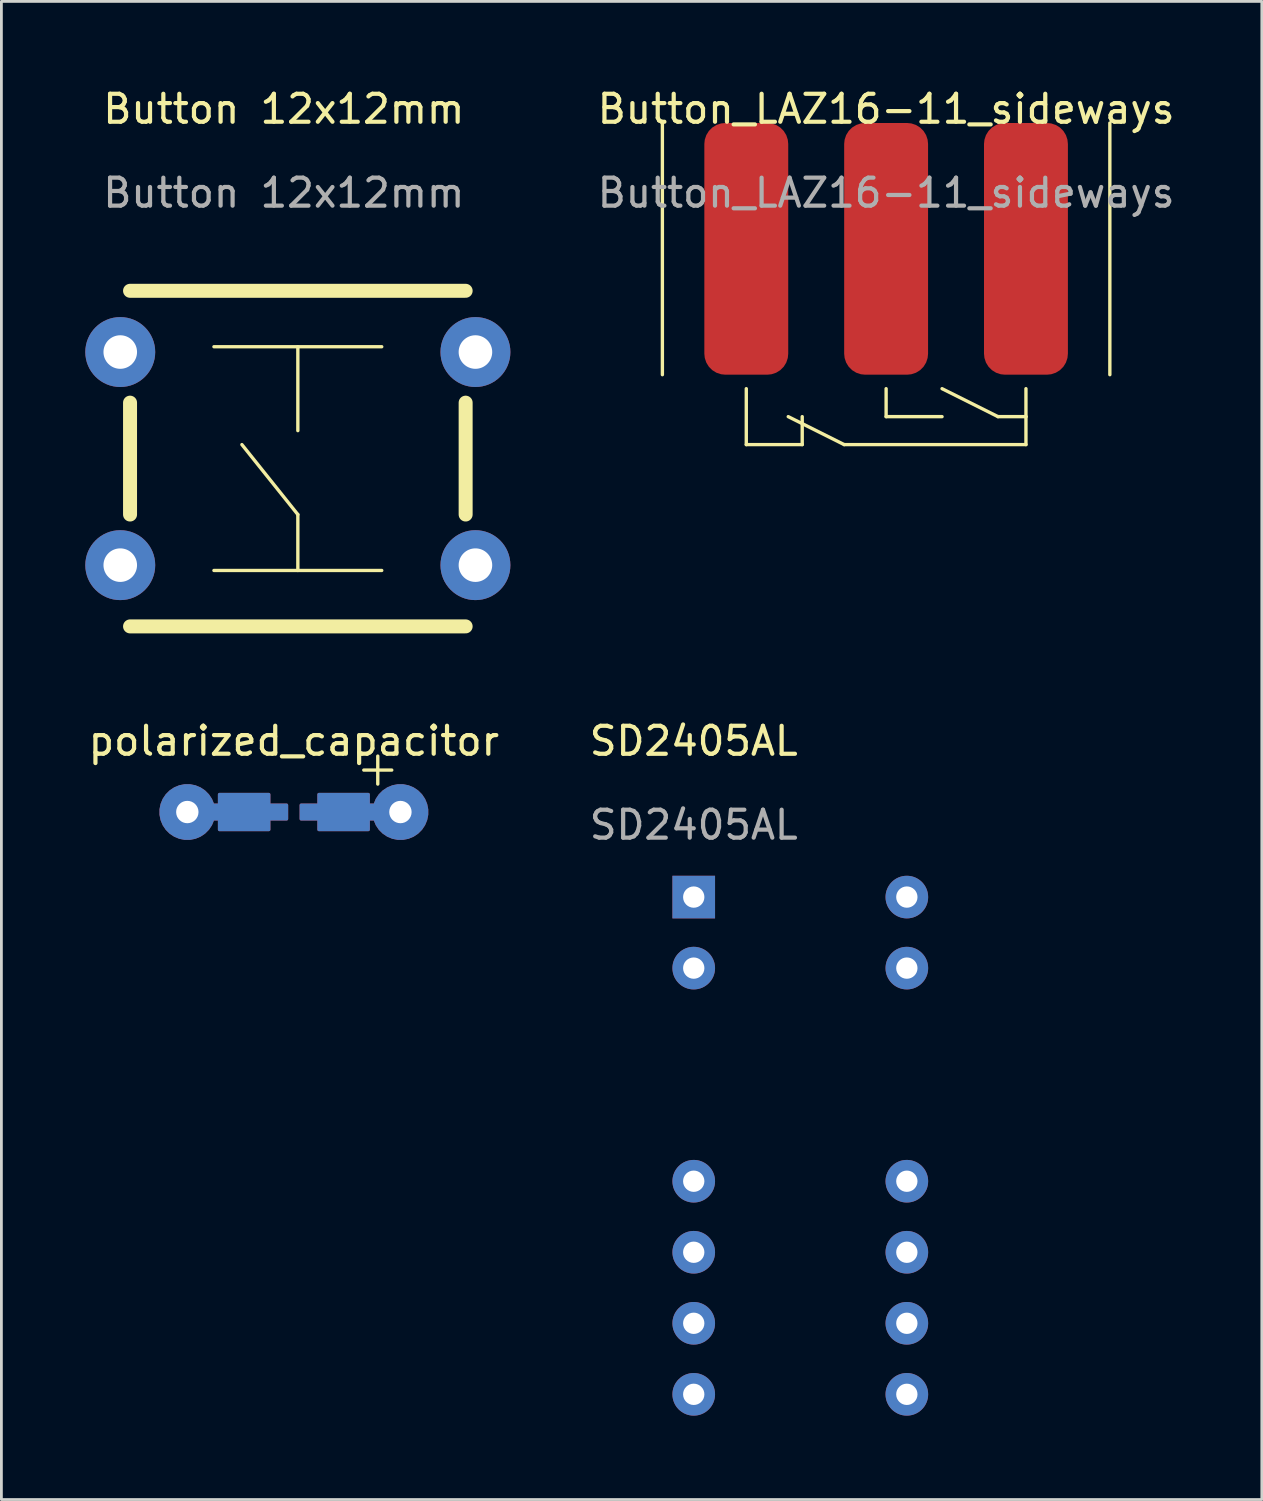
<source format=kicad_pcb>
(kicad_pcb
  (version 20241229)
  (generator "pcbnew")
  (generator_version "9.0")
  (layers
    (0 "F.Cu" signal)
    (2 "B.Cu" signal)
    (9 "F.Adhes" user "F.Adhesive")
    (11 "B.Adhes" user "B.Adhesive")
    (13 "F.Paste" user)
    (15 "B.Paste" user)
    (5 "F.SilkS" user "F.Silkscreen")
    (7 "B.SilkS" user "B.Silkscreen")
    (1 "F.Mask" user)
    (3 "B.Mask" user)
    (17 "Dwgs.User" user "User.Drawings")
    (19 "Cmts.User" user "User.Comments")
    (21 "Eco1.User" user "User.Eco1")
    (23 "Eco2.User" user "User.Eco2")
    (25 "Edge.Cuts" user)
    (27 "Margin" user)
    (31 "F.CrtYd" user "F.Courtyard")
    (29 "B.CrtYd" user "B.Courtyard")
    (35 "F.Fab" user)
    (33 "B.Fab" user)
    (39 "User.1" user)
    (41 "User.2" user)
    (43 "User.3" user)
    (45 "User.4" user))
  (footprint "Button 12x12mm"
    (layer "F.Cu")
    (at 7.6 13.348)
    (property "Reference" "Button 12x12mm" (at -0.5 -12.5 0) (unlocked yes) (layer "F.SilkS") (effects (font (size 1 1) (thickness 0.15))))
    (attr through_hole)
    (fp_line (start -6 -6) (end 6 -6) (stroke (width 0.5) (type solid)) (layer "F.SilkS"))
    (fp_line (start -6 -2) (end -6 2) (stroke (width 0.5) (type solid)) (layer "F.SilkS"))
    (fp_line (start -6 6) (end 6 6) (stroke (width 0.5) (type solid)) (layer "F.SilkS"))
    (fp_line (start -3 -4) (end 3 -4) (stroke (width 0.12) (type solid)) (layer "F.SilkS"))
    (fp_line (start -3 4) (end 3 4) (stroke (width 0.12) (type solid)) (layer "F.SilkS"))
    (fp_line (start -2 -0.5) (end 0 2) (stroke (width 0.12) (type solid)) (layer "F.SilkS"))
    (fp_line (start 0 -1) (end 0 -4) (stroke (width 0.12) (type solid)) (layer "F.SilkS"))
    (fp_line (start 0 2) (end 0 4) (stroke (width 0.12) (type solid)) (layer "F.SilkS"))
    (fp_line (start 6 -2) (end 6 2) (stroke (width 0.5) (type solid)) (layer "F.SilkS"))
    (fp_text user "${REFERENCE}" (at -0.5 -9.5 0) (unlocked yes) (layer "F.Fab") (effects (font (size 1 1) (thickness 0.15))))
    (pad "1" thru_hole circle (at -6.35 -3.81) (size 2.5 2.5) (drill 1.2) (layers "*.Cu" "*.Mask"))
    (pad "2" thru_hole circle (at -6.35 3.81) (size 2.5 2.5) (drill 1.2) (layers "*.Cu" "*.Mask"))
    (pad "3" thru_hole circle (at 6.35 -3.81) (size 2.5 2.5) (drill 1.2) (layers "*.Cu" "*.Mask"))
    (pad "4" thru_hole circle (at 6.35 3.81) (size 2.5 2.5) (drill 1.2) (layers "*.Cu" "*.Mask")))
  (footprint "polarized_capacitor"
    (layer "F.Cu")
    (at 7.458 25.986)
    (property "Reference" "polarized_capacitor" (at 0 -2.54 0) (layer "F.SilkS") (effects (font (size 1 1) (thickness 0.15))))
    (attr through_hole)
    (fp_line (start 2.5 -1.5) (end 3.5 -1.5) (stroke (width 0.12) (type solid)) (layer "F.SilkS"))
    (fp_line (start 3 -2) (end 3 -1) (stroke (width 0.12) (type solid)) (layer "F.SilkS"))
    (pad "1" thru_hole custom (at 3.81 0 180) (size 2 2) (drill 0.8) (layers "*.Cu" "*.Mask") (options (anchor circle)) (primitives (gr_poly (pts (xy 2.921 -0.254) (xy 3.556 -0.254) (xy 3.556 0.254) (xy 2.921 0.254) (xy 2.921 0.635) (xy 1.143 0.635) (xy 1.143 0.254) (xy 0.635 0.254) (xy 0.635 -0.254) (xy 1.143 -0.254) (xy 1.143 -0.635) (xy 2.921 -0.635)) (width 0.1) (fill yes))))
    (pad "2" thru_hole custom (at -3.81 0) (size 2 2) (drill 0.8) (layers "*.Cu" "*.Mask") (options (anchor circle)) (primitives (gr_poly (pts (xy 2.921 -0.254) (xy 3.556 -0.254) (xy 3.556 0.254) (xy 2.921 0.254) (xy 2.921 0.635) (xy 1.143 0.635) (xy 1.143 0.254) (xy 0.635 0.254) (xy 0.635 -0.254) (xy 1.143 -0.254) (xy 1.143 -0.635) (xy 2.921 -0.635)) (width 0.1) (fill yes)))))
  (footprint "Button_LAZ16-11_sideways"
    (layer "F.Cu")
    (at 28.635 1.348)
    (property "Reference" "Button_LAZ16-11_sideways" (at 0 -0.5 0) (unlocked yes) (layer "F.SilkS") (effects (font (size 1 1) (thickness 0.15))))
    (attr smd)
    (fp_line (start -8 0) (end -8 9) (stroke (width 0.12) (type solid)) (layer "F.SilkS"))
    (fp_line (start -5 9.5) (end -5 11.5) (stroke (width 0.12) (type solid)) (layer "F.SilkS"))
    (fp_line (start -5 11.5) (end -3 11.5) (stroke (width 0.12) (type solid)) (layer "F.SilkS"))
    (fp_line (start -3.5 10.5) (end -1.5 11.5) (stroke (width 0.12) (type solid)) (layer "F.SilkS"))
    (fp_line (start -3 10.5) (end -3 11.5) (stroke (width 0.12) (type solid)) (layer "F.SilkS"))
    (fp_line (start 0 9.5) (end 0 10.5) (stroke (width 0.12) (type solid)) (layer "F.SilkS"))
    (fp_line (start 0 10.5) (end 2 10.5) (stroke (width 0.12) (type solid)) (layer "F.SilkS"))
    (fp_line (start 4 10.5) (end 2 9.5) (stroke (width 0.12) (type solid)) (layer "F.SilkS"))
    (fp_line (start 5 9.5) (end 5 10.5) (stroke (width 0.12) (type solid)) (layer "F.SilkS"))
    (fp_line (start 5 10.5) (end 4 10.5) (stroke (width 0.12) (type solid)) (layer "F.SilkS"))
    (fp_line (start 5 10.5) (end 5 11.5) (stroke (width 0.12) (type solid)) (layer "F.SilkS"))
    (fp_line (start 5 11.5) (end -1.5 11.5) (stroke (width 0.12) (type solid)) (layer "F.SilkS"))
    (fp_line (start 8 0) (end 8 9) (stroke (width 0.12) (type solid)) (layer "F.SilkS"))
    (fp_text user "${REFERENCE}" (at 0 2.5 0) (unlocked yes) (layer "F.Fab") (effects (font (size 1 1) (thickness 0.15))))
    (pad "1" smd roundrect (at -5 4.5) (size 3 9) (layers "F.Cu" "F.Mask" "F.Paste") (roundrect_rratio 0.25))
    (pad "2" smd roundrect (at 0 4.5) (size 3 9) (layers "F.Cu" "F.Mask" "F.Paste") (roundrect_rratio 0.25))
    (pad "3" smd roundrect (at 5 4.5) (size 3 9) (layers "F.Cu" "F.Mask" "F.Paste") (roundrect_rratio 0.25)))
  (footprint "SD2405AL"
    (layer "F.Cu")
    (at 21.756 23.947)
    (property "Reference" "SD2405AL" (at 0 -0.5 0) (unlocked yes) (layer "F.SilkS") (effects (font (size 1 1) (thickness 0.15))))
    (attr through_hole)
    (fp_text user "${REFERENCE}" (at 0 2.5 0) (unlocked yes) (layer "F.Fab") (effects (font (size 1 1) (thickness 0.15))))
    (pad "1" thru_hole rect (at 0 5.08) (size 1.524 1.524) (drill 0.762) (layers "*.Cu" "*.Mask"))
    (pad "2" thru_hole circle (at 0 7.62) (size 1.524 1.524) (drill 0.762) (layers "*.Cu" "*.Mask"))
    (pad "5" thru_hole circle (at 0 15.24) (size 1.524 1.524) (drill 0.762) (layers "*.Cu" "*.Mask"))
    (pad "6" thru_hole circle (at 0 17.78) (size 1.524 1.524) (drill 0.762) (layers "*.Cu" "*.Mask"))
    (pad "7" thru_hole circle (at 0 20.32) (size 1.524 1.524) (drill 0.762) (layers "*.Cu" "*.Mask"))
    (pad "8" thru_hole circle (at 0 22.86) (size 1.524 1.524) (drill 0.762) (layers "*.Cu" "*.Mask"))
    (pad "9" thru_hole circle (at 7.62 22.86) (size 1.524 1.524) (drill 0.762) (layers "*.Cu" "*.Mask"))
    (pad "10" thru_hole circle (at 7.62 20.32) (size 1.524 1.524) (drill 0.762) (layers "*.Cu" "*.Mask"))
    (pad "11" thru_hole circle (at 7.62 17.78) (size 1.524 1.524) (drill 0.762) (layers "*.Cu" "*.Mask"))
    (pad "12" thru_hole circle (at 7.62 15.24) (size 1.524 1.524) (drill 0.762) (layers "*.Cu" "*.Mask"))
    (pad "15" thru_hole circle (at 7.62 7.62) (size 1.524 1.524) (drill 0.762) (layers "*.Cu" "*.Mask"))
    (pad "16" thru_hole circle (at 7.62 5.08) (size 1.524 1.524) (drill 0.762) (layers "*.Cu" "*.Mask")))
  (gr_rect
    (start -3 -3)
    (end 42.069 50.569)
    (stroke (width 0.1) (type default))
    (fill no)
    (layer "Edge.Cuts")))
</source>
